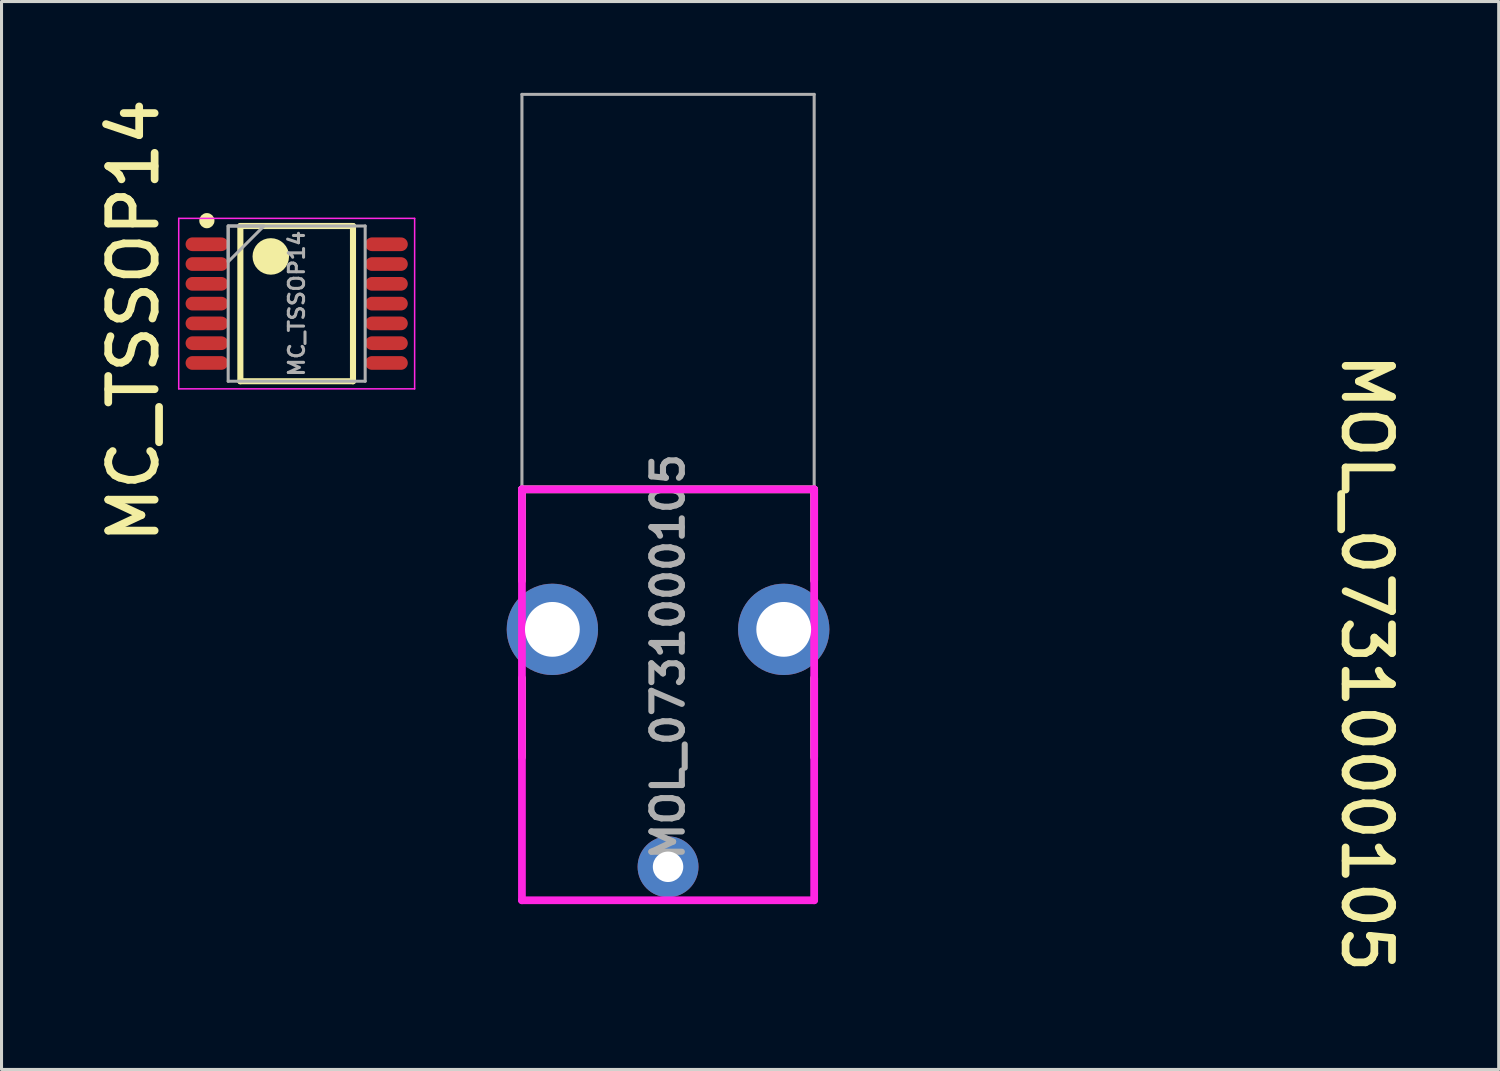
<source format=kicad_pcb>
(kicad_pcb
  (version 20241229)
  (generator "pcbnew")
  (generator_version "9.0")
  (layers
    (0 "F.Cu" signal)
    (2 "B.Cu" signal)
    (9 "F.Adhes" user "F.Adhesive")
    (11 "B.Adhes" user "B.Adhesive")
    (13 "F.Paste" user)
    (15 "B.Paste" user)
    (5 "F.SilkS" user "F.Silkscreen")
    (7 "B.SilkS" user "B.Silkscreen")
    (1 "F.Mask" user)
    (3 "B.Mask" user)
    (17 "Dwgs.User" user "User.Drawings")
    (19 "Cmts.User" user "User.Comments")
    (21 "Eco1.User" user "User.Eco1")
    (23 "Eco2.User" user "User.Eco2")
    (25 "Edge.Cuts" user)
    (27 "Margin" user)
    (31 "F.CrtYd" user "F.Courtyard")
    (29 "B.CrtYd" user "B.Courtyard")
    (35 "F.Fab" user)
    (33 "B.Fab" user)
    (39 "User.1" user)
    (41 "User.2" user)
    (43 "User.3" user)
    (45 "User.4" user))
  (footprint "MC_TSSOP14"
    (layer "F.Cu")
    (at 6.696 6.924)
    (property "Reference" "MC_TSSOP14" (at -5.358 0.562 90) (unlocked yes) (layer "F.SilkS") (effects (font (size 1.524 1.524) (thickness 0.254))))
    (attr smd)
    (fp_line (start -1.85 2.55) (end -1.85 -2.55) (stroke (width 0.2) (type solid)) (layer "F.SilkS"))
    (fp_line (start 1.85 -2.55) (end -1.85 -2.55) (stroke (width 0.2) (type solid)) (layer "F.SilkS"))
    (fp_line (start 1.85 2.55) (end -1.85 2.55) (stroke (width 0.2) (type solid)) (layer "F.SilkS"))
    (fp_line (start 1.85 2.55) (end 1.85 -2.55) (stroke (width 0.2) (type solid)) (layer "F.SilkS"))
    (fp_circle (center -2.95 -2.725) (end -3.075 -2.725) (stroke (width 0.25) (type solid)) (fill no) (layer "F.SilkS"))
    (fp_circle (center -0.85 -1.55) (end -1.15 -1.55) (stroke (width 0.6) (type solid)) (fill no) (layer "F.SilkS"))
    (fp_line (start -3.875 2.8) (end -3.875 -2.8) (stroke (width 0.05) (type solid)) (layer "F.CrtYd"))
    (fp_line (start 3.875 -2.8) (end -3.875 -2.8) (stroke (width 0.05) (type solid)) (layer "F.CrtYd"))
    (fp_line (start 3.875 2.8) (end -3.875 2.8) (stroke (width 0.05) (type solid)) (layer "F.CrtYd"))
    (fp_line (start 3.875 2.8) (end 3.875 -2.8) (stroke (width 0.05) (type solid)) (layer "F.CrtYd"))
    (fp_line (start -2.25 2.55) (end -2.25 -2.55) (stroke (width 0.1) (type solid)) (layer "F.Fab"))
    (fp_line (start 2.25 -2.55) (end -2.25 -2.55) (stroke (width 0.1) (type solid)) (layer "F.Fab"))
    (fp_line (start 2.25 2.55) (end -2.25 2.55) (stroke (width 0.1) (type solid)) (layer "F.Fab"))
    (fp_line (start 2.25 2.55) (end 2.25 -2.55) (stroke (width 0.1) (type solid)) (layer "F.Fab"))
    (fp_poly (pts (xy -2.25 -1.375) (xy -1.075 -2.55) (xy -2.25 -2.55)) (stroke (width 0.1) (type default)) (fill no) (layer "F.Fab"))
    (fp_text user "${REFERENCE}" (at 0 0 90) (unlocked yes) (layer "F.Fab") (effects (font (size 0.5 0.5) (thickness 0.1) (bold yes))))
    (pad "1" smd oval (at -2.95 -1.95 90) (size 0.45 1.4) (layers "F.Cu" "F.Mask" "F.Paste"))
    (pad "2" smd oval (at -2.95 -1.3 90) (size 0.45 1.4) (layers "F.Cu" "F.Mask" "F.Paste"))
    (pad "3" smd oval (at -2.95 -0.65 90) (size 0.45 1.4) (layers "F.Cu" "F.Mask" "F.Paste"))
    (pad "4" smd oval (at -2.95 0 90) (size 0.45 1.4) (layers "F.Cu" "F.Mask" "F.Paste"))
    (pad "5" smd oval (at -2.95 0.65 90) (size 0.45 1.4) (layers "F.Cu" "F.Mask" "F.Paste"))
    (pad "6" smd oval (at -2.95 1.3 90) (size 0.45 1.4) (layers "F.Cu" "F.Mask" "F.Paste"))
    (pad "7" smd oval (at -2.95 1.95 90) (size 0.45 1.4) (layers "F.Cu" "F.Mask" "F.Paste"))
    (pad "8" smd oval (at 2.95 1.95 90) (size 0.45 1.4) (layers "F.Cu" "F.Mask" "F.Paste"))
    (pad "9" smd oval (at 2.95 1.3 90) (size 0.45 1.4) (layers "F.Cu" "F.Mask" "F.Paste"))
    (pad "10" smd oval (at 2.95 0.65 90) (size 0.45 1.4) (layers "F.Cu" "F.Mask" "F.Paste"))
    (pad "11" smd oval (at 2.95 0 90) (size 0.45 1.4) (layers "F.Cu" "F.Mask" "F.Paste"))
    (pad "12" smd oval (at 2.95 -0.65 90) (size 0.45 1.4) (layers "F.Cu" "F.Mask" "F.Paste"))
    (pad "13" smd oval (at 2.95 -1.3 90) (size 0.45 1.4) (layers "F.Cu" "F.Mask" "F.Paste"))
    (pad "14" smd oval (at 2.95 -1.95 90) (size 0.45 1.4) (layers "F.Cu" "F.Mask" "F.Paste")))
  (footprint "MOL_0731000105"
    (layer "F.Cu")
    (at 18.896 21.525)
    (property "Reference" "MOL_0731000105" (at 22.95 -2.795 270) (unlocked yes) (layer "F.SilkS") (effects (font (size 1.524 1.524) (thickness 0.254))))
    (fp_line (start -4.8 -8.5) (end -4.8 -5.5) (stroke (width 0.254) (type solid)) (layer "F.SilkS"))
    (fp_line (start -4.8 -8.5) (end 4.8 -8.5) (stroke (width 0.254) (type solid)) (layer "F.SilkS"))
    (fp_line (start -4.8 -2.3) (end -4.8 0.3) (stroke (width 0.254) (type solid)) (layer "F.SilkS"))
    (fp_line (start 4.8 -8.5) (end 4.8 -5.5) (stroke (width 0.254) (type solid)) (layer "F.SilkS"))
    (fp_line (start 4.8 -2.3) (end 4.8 0.3) (stroke (width 0.254) (type solid)) (layer "F.SilkS"))
    (fp_line (start -4.8 -8.5) (end -4.8 5) (stroke (width 0.254) (type solid)) (layer "F.CrtYd"))
    (fp_line (start -4.8 -8.5) (end 4.8 -8.5) (stroke (width 0.254) (type solid)) (layer "F.CrtYd"))
    (fp_line (start -4.8 5) (end 4.8 5) (stroke (width 0.254) (type solid)) (layer "F.CrtYd"))
    (fp_line (start 4.8 -8.5) (end 4.8 5) (stroke (width 0.254) (type solid)) (layer "F.CrtYd"))
    (fp_line (start -4.8 -21.475) (end -4.8 5) (stroke (width 0.1) (type solid)) (layer "F.Fab"))
    (fp_line (start -4.8 -21.475) (end 4.8 -21.475) (stroke (width 0.1) (type solid)) (layer "F.Fab"))
    (fp_line (start -4.8 5) (end 4.8 5) (stroke (width 0.1) (type solid)) (layer "F.Fab"))
    (fp_line (start 4.8 -21.475) (end 4.8 5) (stroke (width 0.1) (type solid)) (layer "F.Fab"))
    (fp_text user "${REFERENCE}" (at 0 -3 90) (unlocked yes) (layer "F.Fab") (effects (font (size 1 1) (thickness 0.2) (bold yes))))
    (pad "1" thru_hole circle (at 0 3.9) (size 2 2) (drill 1) (layers "*.Cu" "*.Mask"))
    (pad "2" thru_hole circle (at -3.8 -3.9) (size 3 3) (drill 1.8) (layers "*.Cu" "*.Mask"))
    (pad "2" thru_hole circle (at 3.8 -3.9) (size 3 3) (drill 1.8) (layers "*.Cu" "*.Mask")))
  (gr_rect
    (start -3 -3)
    (end 46.183 32.083)
    (stroke (width 0.1) (type default))
    (fill no)
    (layer "Edge.Cuts")))
</source>
